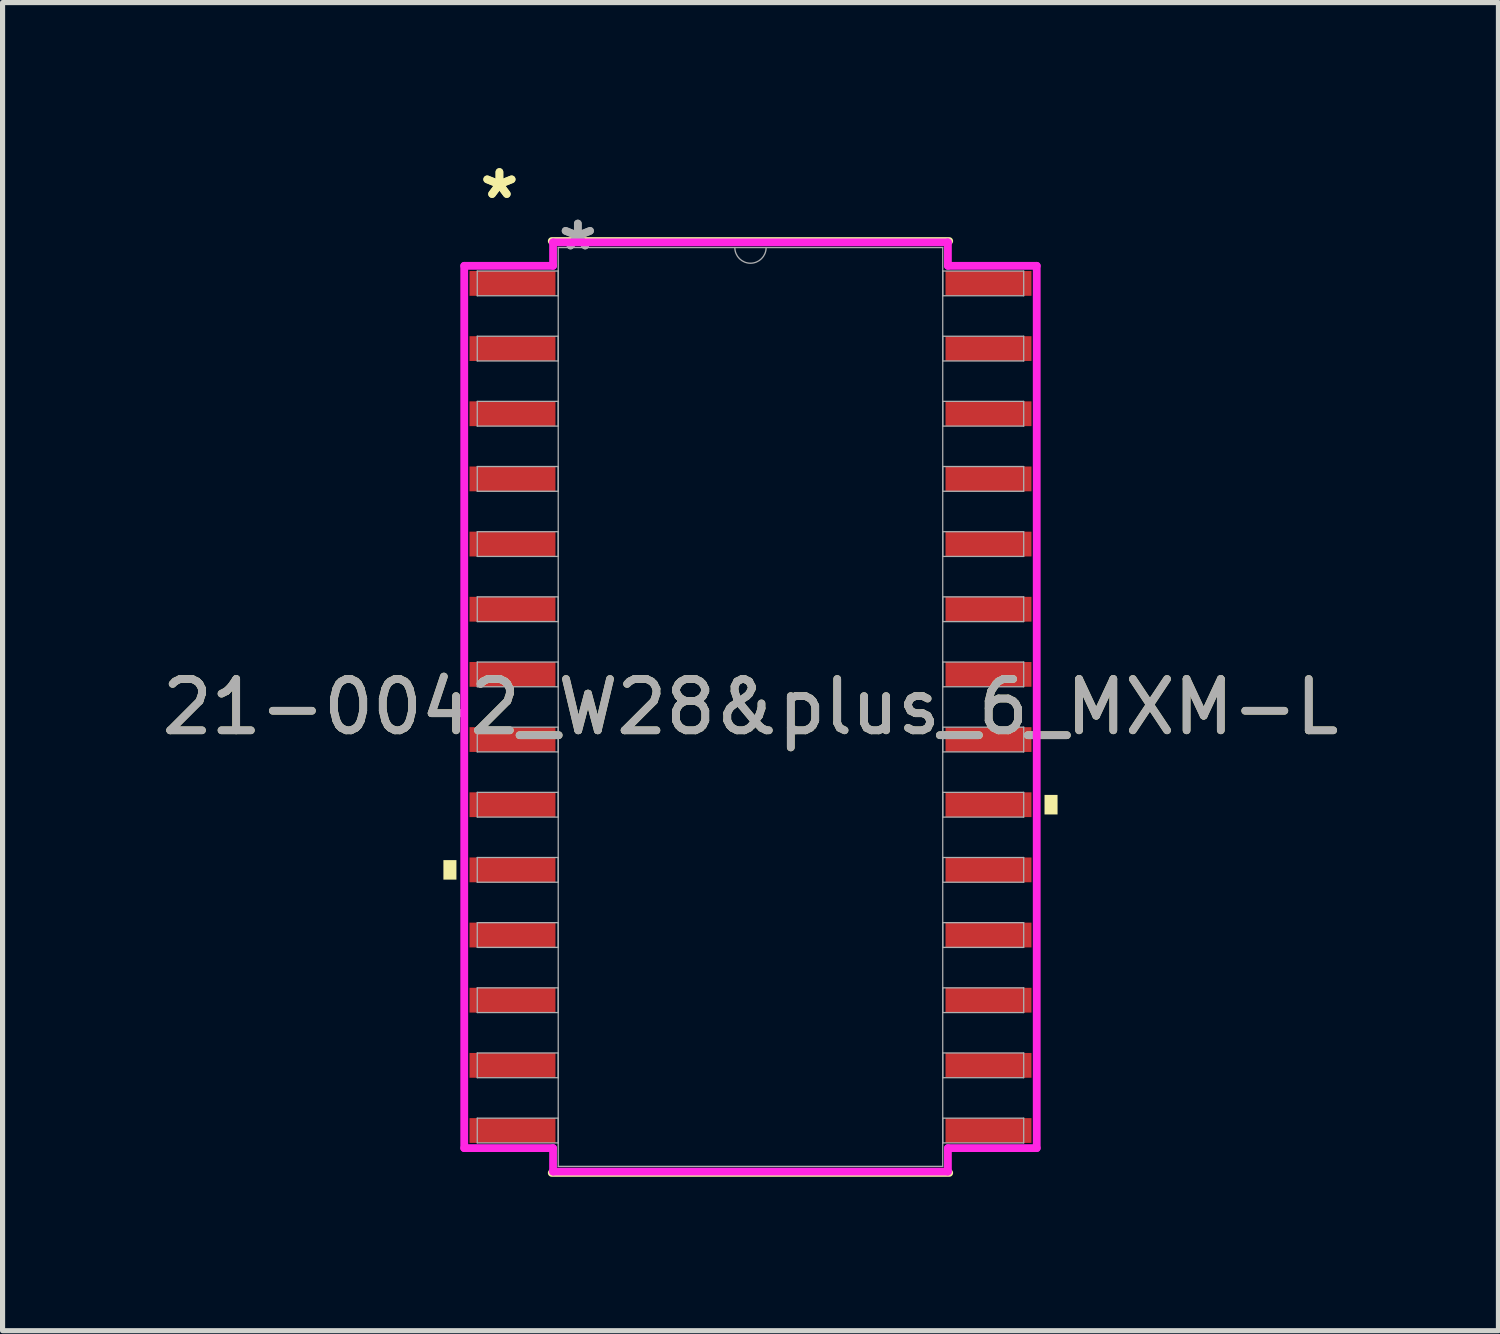
<source format=kicad_pcb>
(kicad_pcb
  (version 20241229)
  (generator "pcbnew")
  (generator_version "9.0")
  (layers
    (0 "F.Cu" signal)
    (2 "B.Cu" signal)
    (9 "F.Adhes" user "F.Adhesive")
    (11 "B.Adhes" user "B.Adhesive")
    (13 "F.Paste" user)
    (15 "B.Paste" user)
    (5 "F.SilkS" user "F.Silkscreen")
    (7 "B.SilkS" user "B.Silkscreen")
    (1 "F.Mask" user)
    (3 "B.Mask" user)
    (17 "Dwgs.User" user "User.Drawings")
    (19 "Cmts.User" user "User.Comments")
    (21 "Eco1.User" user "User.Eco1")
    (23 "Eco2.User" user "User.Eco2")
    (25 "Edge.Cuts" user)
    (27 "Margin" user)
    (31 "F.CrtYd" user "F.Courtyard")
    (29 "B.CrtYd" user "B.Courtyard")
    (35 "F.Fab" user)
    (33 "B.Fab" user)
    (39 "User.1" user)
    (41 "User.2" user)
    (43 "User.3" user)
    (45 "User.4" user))
  (footprint "21-0042_W28&plus_6_MXM-L"
    (layer "F.Cu")
    (at 11.577 10.729)
    (property "Reference" "21-0042_W28&plus_6_MXM-L" (at 0 0 0) (unlocked yes) (layer "F.SilkS") (effects (font (size 1 1) (thickness 0.15))))
    (attr smd)
    (fp_line (start -3.873 9.081) (end 3.873 9.081) (stroke (width 0.152) (type solid)) (layer "F.SilkS"))
    (fp_line (start 3.873 -9.081) (end -3.873 -9.081) (stroke (width 0.152) (type solid)) (layer "F.SilkS"))
    (fp_poly (pts (xy -5.985 2.985) (xy -5.985 3.365) (xy -5.731 3.365) (xy -5.731 2.985)) (stroke (width 0) (type solid)) (fill yes) (layer "F.SilkS"))
    (fp_poly (pts (xy 5.985 1.714) (xy 5.985 2.095) (xy 5.731 2.095) (xy 5.731 1.714)) (stroke (width 0) (type solid)) (fill yes) (layer "F.SilkS"))
    (fp_line (start -5.579 -8.598) (end -3.848 -8.598) (stroke (width 0.152) (type solid)) (layer "F.CrtYd"))
    (fp_line (start -5.579 8.598) (end -5.579 -8.598) (stroke (width 0.152) (type solid)) (layer "F.CrtYd"))
    (fp_line (start -5.579 8.598) (end -3.848 8.598) (stroke (width 0.152) (type solid)) (layer "F.CrtYd"))
    (fp_line (start -3.848 -9.055) (end 3.848 -9.055) (stroke (width 0.152) (type solid)) (layer "F.CrtYd"))
    (fp_line (start -3.848 -8.598) (end -3.848 -9.055) (stroke (width 0.152) (type solid)) (layer "F.CrtYd"))
    (fp_line (start -3.848 9.055) (end -3.848 8.598) (stroke (width 0.152) (type solid)) (layer "F.CrtYd"))
    (fp_line (start 3.848 -9.055) (end 3.848 -8.598) (stroke (width 0.152) (type solid)) (layer "F.CrtYd"))
    (fp_line (start 3.848 8.598) (end 3.848 9.055) (stroke (width 0.152) (type solid)) (layer "F.CrtYd"))
    (fp_line (start 3.848 9.055) (end -3.848 9.055) (stroke (width 0.152) (type solid)) (layer "F.CrtYd"))
    (fp_line (start 5.579 -8.598) (end 3.848 -8.598) (stroke (width 0.152) (type solid)) (layer "F.CrtYd"))
    (fp_line (start 5.579 -8.598) (end 5.579 8.598) (stroke (width 0.152) (type solid)) (layer "F.CrtYd"))
    (fp_line (start 5.579 8.598) (end 3.848 8.598) (stroke (width 0.152) (type solid)) (layer "F.CrtYd"))
    (fp_line (start -5.325 -8.496) (end -5.325 -8.014) (stroke (width 0.025) (type solid)) (layer "F.Fab"))
    (fp_line (start -5.325 -8.014) (end -3.747 -8.014) (stroke (width 0.025) (type solid)) (layer "F.Fab"))
    (fp_line (start -5.325 -7.226) (end -5.325 -6.744) (stroke (width 0.025) (type solid)) (layer "F.Fab"))
    (fp_line (start -5.325 -6.744) (end -3.747 -6.744) (stroke (width 0.025) (type solid)) (layer "F.Fab"))
    (fp_line (start -5.325 -5.956) (end -5.325 -5.474) (stroke (width 0.025) (type solid)) (layer "F.Fab"))
    (fp_line (start -5.325 -5.474) (end -3.747 -5.474) (stroke (width 0.025) (type solid)) (layer "F.Fab"))
    (fp_line (start -5.325 -4.686) (end -5.325 -4.204) (stroke (width 0.025) (type solid)) (layer "F.Fab"))
    (fp_line (start -5.325 -4.204) (end -3.747 -4.204) (stroke (width 0.025) (type solid)) (layer "F.Fab"))
    (fp_line (start -5.325 -3.416) (end -5.325 -2.934) (stroke (width 0.025) (type solid)) (layer "F.Fab"))
    (fp_line (start -5.325 -2.934) (end -3.747 -2.934) (stroke (width 0.025) (type solid)) (layer "F.Fab"))
    (fp_line (start -5.325 -2.146) (end -5.325 -1.664) (stroke (width 0.025) (type solid)) (layer "F.Fab"))
    (fp_line (start -5.325 -1.664) (end -3.747 -1.664) (stroke (width 0.025) (type solid)) (layer "F.Fab"))
    (fp_line (start -5.325 -0.876) (end -5.325 -0.394) (stroke (width 0.025) (type solid)) (layer "F.Fab"))
    (fp_line (start -5.325 -0.394) (end -3.747 -0.394) (stroke (width 0.025) (type solid)) (layer "F.Fab"))
    (fp_line (start -5.325 0.394) (end -5.325 0.876) (stroke (width 0.025) (type solid)) (layer "F.Fab"))
    (fp_line (start -5.325 0.876) (end -3.747 0.876) (stroke (width 0.025) (type solid)) (layer "F.Fab"))
    (fp_line (start -5.325 1.664) (end -5.325 2.146) (stroke (width 0.025) (type solid)) (layer "F.Fab"))
    (fp_line (start -5.325 2.146) (end -3.747 2.146) (stroke (width 0.025) (type solid)) (layer "F.Fab"))
    (fp_line (start -5.325 2.934) (end -5.325 3.416) (stroke (width 0.025) (type solid)) (layer "F.Fab"))
    (fp_line (start -5.325 3.416) (end -3.747 3.416) (stroke (width 0.025) (type solid)) (layer "F.Fab"))
    (fp_line (start -5.325 4.204) (end -5.325 4.686) (stroke (width 0.025) (type solid)) (layer "F.Fab"))
    (fp_line (start -5.325 4.686) (end -3.747 4.686) (stroke (width 0.025) (type solid)) (layer "F.Fab"))
    (fp_line (start -5.325 5.474) (end -5.325 5.956) (stroke (width 0.025) (type solid)) (layer "F.Fab"))
    (fp_line (start -5.325 5.956) (end -3.747 5.956) (stroke (width 0.025) (type solid)) (layer "F.Fab"))
    (fp_line (start -5.325 6.744) (end -5.325 7.226) (stroke (width 0.025) (type solid)) (layer "F.Fab"))
    (fp_line (start -5.325 7.226) (end -3.747 7.226) (stroke (width 0.025) (type solid)) (layer "F.Fab"))
    (fp_line (start -5.325 8.014) (end -5.325 8.496) (stroke (width 0.025) (type solid)) (layer "F.Fab"))
    (fp_line (start -5.325 8.496) (end -3.747 8.496) (stroke (width 0.025) (type solid)) (layer "F.Fab"))
    (fp_line (start -3.747 -8.954) (end -3.747 8.954) (stroke (width 0.025) (type solid)) (layer "F.Fab"))
    (fp_line (start -3.747 -8.496) (end -5.325 -8.496) (stroke (width 0.025) (type solid)) (layer "F.Fab"))
    (fp_line (start -3.747 -8.014) (end -3.747 -8.496) (stroke (width 0.025) (type solid)) (layer "F.Fab"))
    (fp_line (start -3.747 -7.226) (end -5.325 -7.226) (stroke (width 0.025) (type solid)) (layer "F.Fab"))
    (fp_line (start -3.747 -6.744) (end -3.747 -7.226) (stroke (width 0.025) (type solid)) (layer "F.Fab"))
    (fp_line (start -3.747 -5.956) (end -5.325 -5.956) (stroke (width 0.025) (type solid)) (layer "F.Fab"))
    (fp_line (start -3.747 -5.474) (end -3.747 -5.956) (stroke (width 0.025) (type solid)) (layer "F.Fab"))
    (fp_line (start -3.747 -4.686) (end -5.325 -4.686) (stroke (width 0.025) (type solid)) (layer "F.Fab"))
    (fp_line (start -3.747 -4.204) (end -3.747 -4.686) (stroke (width 0.025) (type solid)) (layer "F.Fab"))
    (fp_line (start -3.747 -3.416) (end -5.325 -3.416) (stroke (width 0.025) (type solid)) (layer "F.Fab"))
    (fp_line (start -3.747 -2.934) (end -3.747 -3.416) (stroke (width 0.025) (type solid)) (layer "F.Fab"))
    (fp_line (start -3.747 -2.146) (end -5.325 -2.146) (stroke (width 0.025) (type solid)) (layer "F.Fab"))
    (fp_line (start -3.747 -1.664) (end -3.747 -2.146) (stroke (width 0.025) (type solid)) (layer "F.Fab"))
    (fp_line (start -3.747 -0.876) (end -5.325 -0.876) (stroke (width 0.025) (type solid)) (layer "F.Fab"))
    (fp_line (start -3.747 -0.394) (end -3.747 -0.876) (stroke (width 0.025) (type solid)) (layer "F.Fab"))
    (fp_line (start -3.747 0.394) (end -5.325 0.394) (stroke (width 0.025) (type solid)) (layer "F.Fab"))
    (fp_line (start -3.747 0.876) (end -3.747 0.394) (stroke (width 0.025) (type solid)) (layer "F.Fab"))
    (fp_line (start -3.747 1.664) (end -5.325 1.664) (stroke (width 0.025) (type solid)) (layer "F.Fab"))
    (fp_line (start -3.747 2.146) (end -3.747 1.664) (stroke (width 0.025) (type solid)) (layer "F.Fab"))
    (fp_line (start -3.747 2.934) (end -5.325 2.934) (stroke (width 0.025) (type solid)) (layer "F.Fab"))
    (fp_line (start -3.747 3.416) (end -3.747 2.934) (stroke (width 0.025) (type solid)) (layer "F.Fab"))
    (fp_line (start -3.747 4.204) (end -5.325 4.204) (stroke (width 0.025) (type solid)) (layer "F.Fab"))
    (fp_line (start -3.747 4.686) (end -3.747 4.204) (stroke (width 0.025) (type solid)) (layer "F.Fab"))
    (fp_line (start -3.747 5.474) (end -5.325 5.474) (stroke (width 0.025) (type solid)) (layer "F.Fab"))
    (fp_line (start -3.747 5.956) (end -3.747 5.474) (stroke (width 0.025) (type solid)) (layer "F.Fab"))
    (fp_line (start -3.747 6.744) (end -5.325 6.744) (stroke (width 0.025) (type solid)) (layer "F.Fab"))
    (fp_line (start -3.747 7.226) (end -3.747 6.744) (stroke (width 0.025) (type solid)) (layer "F.Fab"))
    (fp_line (start -3.747 8.014) (end -5.325 8.014) (stroke (width 0.025) (type solid)) (layer "F.Fab"))
    (fp_line (start -3.747 8.496) (end -3.747 8.014) (stroke (width 0.025) (type solid)) (layer "F.Fab"))
    (fp_line (start -3.747 8.954) (end 3.747 8.954) (stroke (width 0.025) (type solid)) (layer "F.Fab"))
    (fp_line (start 3.747 -8.954) (end -3.747 -8.954) (stroke (width 0.025) (type solid)) (layer "F.Fab"))
    (fp_line (start 3.747 -8.496) (end 3.747 -8.014) (stroke (width 0.025) (type solid)) (layer "F.Fab"))
    (fp_line (start 3.747 -8.014) (end 5.325 -8.014) (stroke (width 0.025) (type solid)) (layer "F.Fab"))
    (fp_line (start 3.747 -7.226) (end 3.747 -6.744) (stroke (width 0.025) (type solid)) (layer "F.Fab"))
    (fp_line (start 3.747 -6.744) (end 5.325 -6.744) (stroke (width 0.025) (type solid)) (layer "F.Fab"))
    (fp_line (start 3.747 -5.956) (end 3.747 -5.474) (stroke (width 0.025) (type solid)) (layer "F.Fab"))
    (fp_line (start 3.747 -5.474) (end 5.325 -5.474) (stroke (width 0.025) (type solid)) (layer "F.Fab"))
    (fp_line (start 3.747 -4.686) (end 3.747 -4.204) (stroke (width 0.025) (type solid)) (layer "F.Fab"))
    (fp_line (start 3.747 -4.204) (end 5.325 -4.204) (stroke (width 0.025) (type solid)) (layer "F.Fab"))
    (fp_line (start 3.747 -3.416) (end 3.747 -2.934) (stroke (width 0.025) (type solid)) (layer "F.Fab"))
    (fp_line (start 3.747 -2.934) (end 5.325 -2.934) (stroke (width 0.025) (type solid)) (layer "F.Fab"))
    (fp_line (start 3.747 -2.146) (end 3.747 -1.664) (stroke (width 0.025) (type solid)) (layer "F.Fab"))
    (fp_line (start 3.747 -1.664) (end 5.325 -1.664) (stroke (width 0.025) (type solid)) (layer "F.Fab"))
    (fp_line (start 3.747 -0.876) (end 3.747 -0.394) (stroke (width 0.025) (type solid)) (layer "F.Fab"))
    (fp_line (start 3.747 -0.394) (end 5.325 -0.394) (stroke (width 0.025) (type solid)) (layer "F.Fab"))
    (fp_line (start 3.747 0.394) (end 3.747 0.876) (stroke (width 0.025) (type solid)) (layer "F.Fab"))
    (fp_line (start 3.747 0.876) (end 5.325 0.876) (stroke (width 0.025) (type solid)) (layer "F.Fab"))
    (fp_line (start 3.747 1.664) (end 3.747 2.146) (stroke (width 0.025) (type solid)) (layer "F.Fab"))
    (fp_line (start 3.747 2.146) (end 5.325 2.146) (stroke (width 0.025) (type solid)) (layer "F.Fab"))
    (fp_line (start 3.747 2.934) (end 3.747 3.416) (stroke (width 0.025) (type solid)) (layer "F.Fab"))
    (fp_line (start 3.747 3.416) (end 5.325 3.416) (stroke (width 0.025) (type solid)) (layer "F.Fab"))
    (fp_line (start 3.747 4.204) (end 3.747 4.686) (stroke (width 0.025) (type solid)) (layer "F.Fab"))
    (fp_line (start 3.747 4.686) (end 5.325 4.686) (stroke (width 0.025) (type solid)) (layer "F.Fab"))
    (fp_line (start 3.747 5.474) (end 3.747 5.956) (stroke (width 0.025) (type solid)) (layer "F.Fab"))
    (fp_line (start 3.747 5.956) (end 5.325 5.956) (stroke (width 0.025) (type solid)) (layer "F.Fab"))
    (fp_line (start 3.747 6.744) (end 3.747 7.226) (stroke (width 0.025) (type solid)) (layer "F.Fab"))
    (fp_line (start 3.747 7.226) (end 5.325 7.226) (stroke (width 0.025) (type solid)) (layer "F.Fab"))
    (fp_line (start 3.747 8.014) (end 3.747 8.496) (stroke (width 0.025) (type solid)) (layer "F.Fab"))
    (fp_line (start 3.747 8.496) (end 5.325 8.496) (stroke (width 0.025) (type solid)) (layer "F.Fab"))
    (fp_line (start 3.747 8.954) (end 3.747 -8.954) (stroke (width 0.025) (type solid)) (layer "F.Fab"))
    (fp_line (start 5.325 -8.496) (end 3.747 -8.496) (stroke (width 0.025) (type solid)) (layer "F.Fab"))
    (fp_line (start 5.325 -8.014) (end 5.325 -8.496) (stroke (width 0.025) (type solid)) (layer "F.Fab"))
    (fp_line (start 5.325 -7.226) (end 3.747 -7.226) (stroke (width 0.025) (type solid)) (layer "F.Fab"))
    (fp_line (start 5.325 -6.744) (end 5.325 -7.226) (stroke (width 0.025) (type solid)) (layer "F.Fab"))
    (fp_line (start 5.325 -5.956) (end 3.747 -5.956) (stroke (width 0.025) (type solid)) (layer "F.Fab"))
    (fp_line (start 5.325 -5.474) (end 5.325 -5.956) (stroke (width 0.025) (type solid)) (layer "F.Fab"))
    (fp_line (start 5.325 -4.686) (end 3.747 -4.686) (stroke (width 0.025) (type solid)) (layer "F.Fab"))
    (fp_line (start 5.325 -4.204) (end 5.325 -4.686) (stroke (width 0.025) (type solid)) (layer "F.Fab"))
    (fp_line (start 5.325 -3.416) (end 3.747 -3.416) (stroke (width 0.025) (type solid)) (layer "F.Fab"))
    (fp_line (start 5.325 -2.934) (end 5.325 -3.416) (stroke (width 0.025) (type solid)) (layer "F.Fab"))
    (fp_line (start 5.325 -2.146) (end 3.747 -2.146) (stroke (width 0.025) (type solid)) (layer "F.Fab"))
    (fp_line (start 5.325 -1.664) (end 5.325 -2.146) (stroke (width 0.025) (type solid)) (layer "F.Fab"))
    (fp_line (start 5.325 -0.876) (end 3.747 -0.876) (stroke (width 0.025) (type solid)) (layer "F.Fab"))
    (fp_line (start 5.325 -0.394) (end 5.325 -0.876) (stroke (width 0.025) (type solid)) (layer "F.Fab"))
    (fp_line (start 5.325 0.394) (end 3.747 0.394) (stroke (width 0.025) (type solid)) (layer "F.Fab"))
    (fp_line (start 5.325 0.876) (end 5.325 0.394) (stroke (width 0.025) (type solid)) (layer "F.Fab"))
    (fp_line (start 5.325 1.664) (end 3.747 1.664) (stroke (width 0.025) (type solid)) (layer "F.Fab"))
    (fp_line (start 5.325 2.146) (end 5.325 1.664) (stroke (width 0.025) (type solid)) (layer "F.Fab"))
    (fp_line (start 5.325 2.934) (end 3.747 2.934) (stroke (width 0.025) (type solid)) (layer "F.Fab"))
    (fp_line (start 5.325 3.416) (end 5.325 2.934) (stroke (width 0.025) (type solid)) (layer "F.Fab"))
    (fp_line (start 5.325 4.204) (end 3.747 4.204) (stroke (width 0.025) (type solid)) (layer "F.Fab"))
    (fp_line (start 5.325 4.686) (end 5.325 4.204) (stroke (width 0.025) (type solid)) (layer "F.Fab"))
    (fp_line (start 5.325 5.474) (end 3.747 5.474) (stroke (width 0.025) (type solid)) (layer "F.Fab"))
    (fp_line (start 5.325 5.956) (end 5.325 5.474) (stroke (width 0.025) (type solid)) (layer "F.Fab"))
    (fp_line (start 5.325 6.744) (end 3.747 6.744) (stroke (width 0.025) (type solid)) (layer "F.Fab"))
    (fp_line (start 5.325 7.226) (end 5.325 6.744) (stroke (width 0.025) (type solid)) (layer "F.Fab"))
    (fp_line (start 5.325 8.014) (end 3.747 8.014) (stroke (width 0.025) (type solid)) (layer "F.Fab"))
    (fp_line (start 5.325 8.496) (end 5.325 8.014) (stroke (width 0.025) (type solid)) (layer "F.Fab"))
    (fp_arc (start 0.3048 -8.9535) (mid 0 -8.6487) (end -0.3048 -8.9535) (stroke (width 0.0254) (type solid)) (layer "F.Fab"))
    (fp_text user "*" (at -4.893 -9.881 0) (layer "F.SilkS") (effects (font (size 1 1) (thickness 0.15))))
    (fp_text user "*" (at -4.893 -9.881 0) (unlocked yes) (layer "F.SilkS") (effects (font (size 1 1) (thickness 0.15))))
    (fp_text user "${REFERENCE}" (at 0 0 0) (unlocked yes) (layer "F.Fab") (effects (font (size 1 1) (thickness 0.15))))
    (fp_text user "*" (at -3.365 -8.877 0) (layer "F.Fab") (effects (font (size 1 1) (thickness 0.15))))
    (fp_text user "*" (at -3.365 -8.877 0) (unlocked yes) (layer "F.Fab") (effects (font (size 1 1) (thickness 0.15))))
    (pad "1" smd rect (at -4.639 -8.255) (size 1.676 0.483) (layers "F.Cu" "F.Mask" "F.Paste"))
    (pad "2" smd rect (at -4.639 -6.985) (size 1.676 0.483) (layers "F.Cu" "F.Mask" "F.Paste"))
    (pad "3" smd rect (at -4.639 -5.715) (size 1.676 0.483) (layers "F.Cu" "F.Mask" "F.Paste"))
    (pad "4" smd rect (at -4.639 -4.445) (size 1.676 0.483) (layers "F.Cu" "F.Mask" "F.Paste"))
    (pad "5" smd rect (at -4.639 -3.175) (size 1.676 0.483) (layers "F.Cu" "F.Mask" "F.Paste"))
    (pad "6" smd rect (at -4.639 -1.905) (size 1.676 0.483) (layers "F.Cu" "F.Mask" "F.Paste"))
    (pad "7" smd rect (at -4.639 -0.635) (size 1.676 0.483) (layers "F.Cu" "F.Mask" "F.Paste"))
    (pad "8" smd rect (at -4.639 0.635) (size 1.676 0.483) (layers "F.Cu" "F.Mask" "F.Paste"))
    (pad "9" smd rect (at -4.639 1.905) (size 1.676 0.483) (layers "F.Cu" "F.Mask" "F.Paste"))
    (pad "10" smd rect (at -4.639 3.175) (size 1.676 0.483) (layers "F.Cu" "F.Mask" "F.Paste"))
    (pad "11" smd rect (at -4.639 4.445) (size 1.676 0.483) (layers "F.Cu" "F.Mask" "F.Paste"))
    (pad "12" smd rect (at -4.639 5.715) (size 1.676 0.483) (layers "F.Cu" "F.Mask" "F.Paste"))
    (pad "13" smd rect (at -4.639 6.985) (size 1.676 0.483) (layers "F.Cu" "F.Mask" "F.Paste"))
    (pad "14" smd rect (at -4.639 8.255) (size 1.676 0.483) (layers "F.Cu" "F.Mask" "F.Paste"))
    (pad "15" smd rect (at 4.639 8.255) (size 1.676 0.483) (layers "F.Cu" "F.Mask" "F.Paste"))
    (pad "16" smd rect (at 4.639 6.985) (size 1.676 0.483) (layers "F.Cu" "F.Mask" "F.Paste"))
    (pad "17" smd rect (at 4.639 5.715) (size 1.676 0.483) (layers "F.Cu" "F.Mask" "F.Paste"))
    (pad "18" smd rect (at 4.639 4.445) (size 1.676 0.483) (layers "F.Cu" "F.Mask" "F.Paste"))
    (pad "19" smd rect (at 4.639 3.175) (size 1.676 0.483) (layers "F.Cu" "F.Mask" "F.Paste"))
    (pad "20" smd rect (at 4.639 1.905) (size 1.676 0.483) (layers "F.Cu" "F.Mask" "F.Paste"))
    (pad "21" smd rect (at 4.639 0.635) (size 1.676 0.483) (layers "F.Cu" "F.Mask" "F.Paste"))
    (pad "22" smd rect (at 4.639 -0.635) (size 1.676 0.483) (layers "F.Cu" "F.Mask" "F.Paste"))
    (pad "23" smd rect (at 4.639 -1.905) (size 1.676 0.483) (layers "F.Cu" "F.Mask" "F.Paste"))
    (pad "24" smd rect (at 4.639 -3.175) (size 1.676 0.483) (layers "F.Cu" "F.Mask" "F.Paste"))
    (pad "25" smd rect (at 4.639 -4.445) (size 1.676 0.483) (layers "F.Cu" "F.Mask" "F.Paste"))
    (pad "26" smd rect (at 4.639 -5.715) (size 1.676 0.483) (layers "F.Cu" "F.Mask" "F.Paste"))
    (pad "27" smd rect (at 4.639 -6.985) (size 1.676 0.483) (layers "F.Cu" "F.Mask" "F.Paste"))
    (pad "28" smd rect (at 4.639 -8.255) (size 1.676 0.483) (layers "F.Cu" "F.Mask" "F.Paste")))
  (gr_rect
    (start -3 -3)
    (end 26.155 22.886)
    (stroke (width 0.1) (type default))
    (fill no)
    (layer "Edge.Cuts")))
</source>
